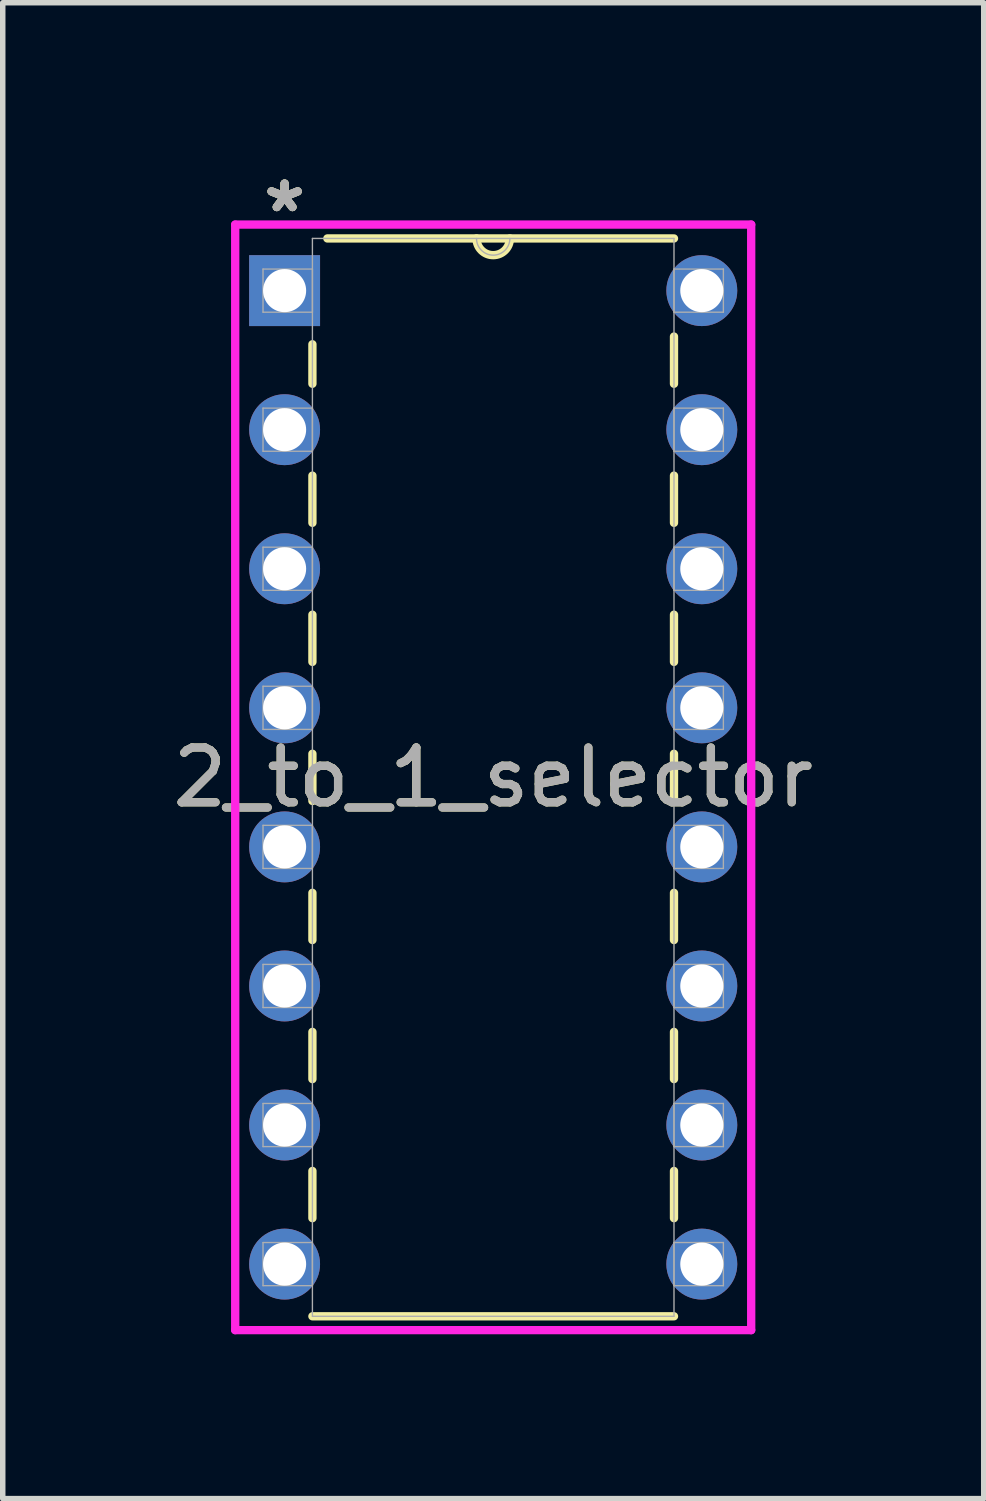
<source format=kicad_pcb>
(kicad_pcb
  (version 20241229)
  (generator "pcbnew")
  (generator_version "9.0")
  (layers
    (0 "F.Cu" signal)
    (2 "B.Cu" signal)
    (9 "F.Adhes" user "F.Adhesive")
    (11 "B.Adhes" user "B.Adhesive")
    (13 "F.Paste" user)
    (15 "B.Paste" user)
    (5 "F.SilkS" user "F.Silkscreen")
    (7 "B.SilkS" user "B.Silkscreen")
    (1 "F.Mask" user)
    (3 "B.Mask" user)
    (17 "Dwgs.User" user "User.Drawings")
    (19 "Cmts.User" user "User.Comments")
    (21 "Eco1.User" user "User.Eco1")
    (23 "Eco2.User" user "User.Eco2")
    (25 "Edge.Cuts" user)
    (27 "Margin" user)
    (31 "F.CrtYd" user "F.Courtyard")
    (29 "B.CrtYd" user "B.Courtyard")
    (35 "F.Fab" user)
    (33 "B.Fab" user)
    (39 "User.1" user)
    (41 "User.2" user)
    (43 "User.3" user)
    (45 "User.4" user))
  (footprint "2_to_1_selector"
    (layer "F.Cu")
    (at 9.768 20.038)
    (property "Reference" "2_to_1_selector" (at -3.81 -8.89 0) (unlocked yes) (layer "F.SilkS") (effects (font (size 1 1) (thickness 0.15))))
    (attr through_hole)
    (fp_line (start -7.112 -16.8) (end -7.112 -16.079) (stroke (width 0.152) (type solid)) (layer "F.SilkS"))
    (fp_line (start -7.112 -14.401) (end -7.112 -13.539) (stroke (width 0.152) (type solid)) (layer "F.SilkS"))
    (fp_line (start -7.112 -11.861) (end -7.112 -10.999) (stroke (width 0.152) (type solid)) (layer "F.SilkS"))
    (fp_line (start -7.112 -9.321) (end -7.112 -8.459) (stroke (width 0.152) (type solid)) (layer "F.SilkS"))
    (fp_line (start -7.112 -6.781) (end -7.112 -5.919) (stroke (width 0.152) (type solid)) (layer "F.SilkS"))
    (fp_line (start -7.112 -4.241) (end -7.112 -3.379) (stroke (width 0.152) (type solid)) (layer "F.SilkS"))
    (fp_line (start -7.112 -1.701) (end -7.112 -0.839) (stroke (width 0.152) (type solid)) (layer "F.SilkS"))
    (fp_line (start -7.112 0.953) (end -0.508 0.953) (stroke (width 0.152) (type solid)) (layer "F.SilkS"))
    (fp_line (start -0.508 -18.733) (end -6.839 -18.733) (stroke (width 0.152) (type solid)) (layer "F.SilkS"))
    (fp_line (start -0.508 -16.079) (end -0.508 -16.941) (stroke (width 0.152) (type solid)) (layer "F.SilkS"))
    (fp_line (start -0.508 -13.539) (end -0.508 -14.401) (stroke (width 0.152) (type solid)) (layer "F.SilkS"))
    (fp_line (start -0.508 -10.999) (end -0.508 -11.861) (stroke (width 0.152) (type solid)) (layer "F.SilkS"))
    (fp_line (start -0.508 -8.459) (end -0.508 -9.321) (stroke (width 0.152) (type solid)) (layer "F.SilkS"))
    (fp_line (start -0.508 -5.919) (end -0.508 -6.781) (stroke (width 0.152) (type solid)) (layer "F.SilkS"))
    (fp_line (start -0.508 -3.379) (end -0.508 -4.241) (stroke (width 0.152) (type solid)) (layer "F.SilkS"))
    (fp_line (start -0.508 -0.839) (end -0.508 -1.701) (stroke (width 0.152) (type solid)) (layer "F.SilkS"))
    (fp_arc (start -3.5052 -18.7325) (mid -3.81 -18.4277) (end -4.1148 -18.7325) (stroke (width 0.1524) (type solid)) (layer "F.SilkS"))
    (fp_line (start -8.522 -18.986) (end -8.522 1.206) (stroke (width 0.152) (type solid)) (layer "F.CrtYd"))
    (fp_line (start -8.522 1.206) (end 0.902 1.206) (stroke (width 0.152) (type solid)) (layer "F.CrtYd"))
    (fp_line (start 0.902 -18.986) (end -8.522 -18.986) (stroke (width 0.152) (type solid)) (layer "F.CrtYd"))
    (fp_line (start 0.902 1.206) (end 0.902 -18.986) (stroke (width 0.152) (type solid)) (layer "F.CrtYd"))
    (fp_line (start -8.014 -18.174) (end -8.014 -17.386) (stroke (width 0.025) (type solid)) (layer "F.Fab"))
    (fp_line (start -8.014 -17.386) (end -7.112 -17.386) (stroke (width 0.025) (type solid)) (layer "F.Fab"))
    (fp_line (start -8.014 -15.634) (end -8.014 -14.846) (stroke (width 0.025) (type solid)) (layer "F.Fab"))
    (fp_line (start -8.014 -14.846) (end -7.112 -14.846) (stroke (width 0.025) (type solid)) (layer "F.Fab"))
    (fp_line (start -8.014 -13.094) (end -8.014 -12.306) (stroke (width 0.025) (type solid)) (layer "F.Fab"))
    (fp_line (start -8.014 -12.306) (end -7.112 -12.306) (stroke (width 0.025) (type solid)) (layer "F.Fab"))
    (fp_line (start -8.014 -10.554) (end -8.014 -9.766) (stroke (width 0.025) (type solid)) (layer "F.Fab"))
    (fp_line (start -8.014 -9.766) (end -7.112 -9.766) (stroke (width 0.025) (type solid)) (layer "F.Fab"))
    (fp_line (start -8.014 -8.014) (end -8.014 -7.226) (stroke (width 0.025) (type solid)) (layer "F.Fab"))
    (fp_line (start -8.014 -7.226) (end -7.112 -7.226) (stroke (width 0.025) (type solid)) (layer "F.Fab"))
    (fp_line (start -8.014 -5.474) (end -8.014 -4.686) (stroke (width 0.025) (type solid)) (layer "F.Fab"))
    (fp_line (start -8.014 -4.686) (end -7.112 -4.686) (stroke (width 0.025) (type solid)) (layer "F.Fab"))
    (fp_line (start -8.014 -2.934) (end -8.014 -2.146) (stroke (width 0.025) (type solid)) (layer "F.Fab"))
    (fp_line (start -8.014 -2.146) (end -7.112 -2.146) (stroke (width 0.025) (type solid)) (layer "F.Fab"))
    (fp_line (start -8.014 -0.394) (end -8.014 0.394) (stroke (width 0.025) (type solid)) (layer "F.Fab"))
    (fp_line (start -8.014 0.394) (end -7.112 0.394) (stroke (width 0.025) (type solid)) (layer "F.Fab"))
    (fp_line (start -7.112 -18.733) (end -7.112 0.953) (stroke (width 0.025) (type solid)) (layer "F.Fab"))
    (fp_line (start -7.112 -18.174) (end -8.014 -18.174) (stroke (width 0.025) (type solid)) (layer "F.Fab"))
    (fp_line (start -7.112 -17.386) (end -7.112 -18.174) (stroke (width 0.025) (type solid)) (layer "F.Fab"))
    (fp_line (start -7.112 -15.634) (end -8.014 -15.634) (stroke (width 0.025) (type solid)) (layer "F.Fab"))
    (fp_line (start -7.112 -14.846) (end -7.112 -15.634) (stroke (width 0.025) (type solid)) (layer "F.Fab"))
    (fp_line (start -7.112 -13.094) (end -8.014 -13.094) (stroke (width 0.025) (type solid)) (layer "F.Fab"))
    (fp_line (start -7.112 -12.306) (end -7.112 -13.094) (stroke (width 0.025) (type solid)) (layer "F.Fab"))
    (fp_line (start -7.112 -10.554) (end -8.014 -10.554) (stroke (width 0.025) (type solid)) (layer "F.Fab"))
    (fp_line (start -7.112 -9.766) (end -7.112 -10.554) (stroke (width 0.025) (type solid)) (layer "F.Fab"))
    (fp_line (start -7.112 -8.014) (end -8.014 -8.014) (stroke (width 0.025) (type solid)) (layer "F.Fab"))
    (fp_line (start -7.112 -7.226) (end -7.112 -8.014) (stroke (width 0.025) (type solid)) (layer "F.Fab"))
    (fp_line (start -7.112 -5.474) (end -8.014 -5.474) (stroke (width 0.025) (type solid)) (layer "F.Fab"))
    (fp_line (start -7.112 -4.686) (end -7.112 -5.474) (stroke (width 0.025) (type solid)) (layer "F.Fab"))
    (fp_line (start -7.112 -2.934) (end -8.014 -2.934) (stroke (width 0.025) (type solid)) (layer "F.Fab"))
    (fp_line (start -7.112 -2.146) (end -7.112 -2.934) (stroke (width 0.025) (type solid)) (layer "F.Fab"))
    (fp_line (start -7.112 -0.394) (end -8.014 -0.394) (stroke (width 0.025) (type solid)) (layer "F.Fab"))
    (fp_line (start -7.112 0.394) (end -7.112 -0.394) (stroke (width 0.025) (type solid)) (layer "F.Fab"))
    (fp_line (start -7.112 0.953) (end -0.508 0.953) (stroke (width 0.025) (type solid)) (layer "F.Fab"))
    (fp_line (start -0.508 -18.733) (end -7.112 -18.733) (stroke (width 0.025) (type solid)) (layer "F.Fab"))
    (fp_line (start -0.508 -18.174) (end -0.508 -17.386) (stroke (width 0.025) (type solid)) (layer "F.Fab"))
    (fp_line (start -0.508 -17.386) (end 0.394 -17.386) (stroke (width 0.025) (type solid)) (layer "F.Fab"))
    (fp_line (start -0.508 -15.634) (end -0.508 -14.846) (stroke (width 0.025) (type solid)) (layer "F.Fab"))
    (fp_line (start -0.508 -14.846) (end 0.394 -14.846) (stroke (width 0.025) (type solid)) (layer "F.Fab"))
    (fp_line (start -0.508 -13.094) (end -0.508 -12.306) (stroke (width 0.025) (type solid)) (layer "F.Fab"))
    (fp_line (start -0.508 -12.306) (end 0.394 -12.306) (stroke (width 0.025) (type solid)) (layer "F.Fab"))
    (fp_line (start -0.508 -10.554) (end -0.508 -9.766) (stroke (width 0.025) (type solid)) (layer "F.Fab"))
    (fp_line (start -0.508 -9.766) (end 0.394 -9.766) (stroke (width 0.025) (type solid)) (layer "F.Fab"))
    (fp_line (start -0.508 -8.014) (end -0.508 -7.226) (stroke (width 0.025) (type solid)) (layer "F.Fab"))
    (fp_line (start -0.508 -7.226) (end 0.394 -7.226) (stroke (width 0.025) (type solid)) (layer "F.Fab"))
    (fp_line (start -0.508 -5.474) (end -0.508 -4.686) (stroke (width 0.025) (type solid)) (layer "F.Fab"))
    (fp_line (start -0.508 -4.686) (end 0.394 -4.686) (stroke (width 0.025) (type solid)) (layer "F.Fab"))
    (fp_line (start -0.508 -2.934) (end -0.508 -2.146) (stroke (width 0.025) (type solid)) (layer "F.Fab"))
    (fp_line (start -0.508 -2.146) (end 0.394 -2.146) (stroke (width 0.025) (type solid)) (layer "F.Fab"))
    (fp_line (start -0.508 -0.394) (end -0.508 0.394) (stroke (width 0.025) (type solid)) (layer "F.Fab"))
    (fp_line (start -0.508 0.394) (end 0.394 0.394) (stroke (width 0.025) (type solid)) (layer "F.Fab"))
    (fp_line (start -0.508 0.953) (end -0.508 -18.733) (stroke (width 0.025) (type solid)) (layer "F.Fab"))
    (fp_line (start 0.394 -18.174) (end -0.508 -18.174) (stroke (width 0.025) (type solid)) (layer "F.Fab"))
    (fp_line (start 0.394 -17.386) (end 0.394 -18.174) (stroke (width 0.025) (type solid)) (layer "F.Fab"))
    (fp_line (start 0.394 -15.634) (end -0.508 -15.634) (stroke (width 0.025) (type solid)) (layer "F.Fab"))
    (fp_line (start 0.394 -14.846) (end 0.394 -15.634) (stroke (width 0.025) (type solid)) (layer "F.Fab"))
    (fp_line (start 0.394 -13.094) (end -0.508 -13.094) (stroke (width 0.025) (type solid)) (layer "F.Fab"))
    (fp_line (start 0.394 -12.306) (end 0.394 -13.094) (stroke (width 0.025) (type solid)) (layer "F.Fab"))
    (fp_line (start 0.394 -10.554) (end -0.508 -10.554) (stroke (width 0.025) (type solid)) (layer "F.Fab"))
    (fp_line (start 0.394 -9.766) (end 0.394 -10.554) (stroke (width 0.025) (type solid)) (layer "F.Fab"))
    (fp_line (start 0.394 -8.014) (end -0.508 -8.014) (stroke (width 0.025) (type solid)) (layer "F.Fab"))
    (fp_line (start 0.394 -7.226) (end 0.394 -8.014) (stroke (width 0.025) (type solid)) (layer "F.Fab"))
    (fp_line (start 0.394 -5.474) (end -0.508 -5.474) (stroke (width 0.025) (type solid)) (layer "F.Fab"))
    (fp_line (start 0.394 -4.686) (end 0.394 -5.474) (stroke (width 0.025) (type solid)) (layer "F.Fab"))
    (fp_line (start 0.394 -2.934) (end -0.508 -2.934) (stroke (width 0.025) (type solid)) (layer "F.Fab"))
    (fp_line (start 0.394 -2.146) (end 0.394 -2.934) (stroke (width 0.025) (type solid)) (layer "F.Fab"))
    (fp_line (start 0.394 -0.394) (end -0.508 -0.394) (stroke (width 0.025) (type solid)) (layer "F.Fab"))
    (fp_line (start 0.394 0.394) (end 0.394 -0.394) (stroke (width 0.025) (type solid)) (layer "F.Fab"))
    (fp_arc (start -3.5052 -18.7325) (mid -3.81 -18.4277) (end -4.1148 -18.7325) (stroke (width 0.0254) (type solid)) (layer "F.Fab"))
    (fp_text user "*" (at -7.62 -19.19 0) (unlocked yes) (layer "F.SilkS") (effects (font (size 1 1) (thickness 0.15))))
    (fp_text user "*" (at -7.62 -19.19 0) (layer "F.SilkS") (effects (font (size 1 1) (thickness 0.15))))
    (fp_text user "${REFERENCE}" (at -3.81 -8.89 0) (unlocked yes) (layer "F.Fab") (effects (font (size 1 1) (thickness 0.15))))
    (fp_text user "*" (at -7.62 -19.19 0) (unlocked yes) (layer "F.Fab") (effects (font (size 1 1) (thickness 0.15))))
    (fp_text user "*" (at -7.62 -19.19 0) (layer "F.Fab") (effects (font (size 1 1) (thickness 0.15))))
    (pad "1" thru_hole rect (at -7.62 -17.78) (size 1.295 1.295) (drill 0.787) (layers "*.Cu" "*.Mask"))
    (pad "2" thru_hole circle (at -7.62 -15.24) (size 1.295 1.295) (drill 0.787) (layers "*.Cu" "*.Mask"))
    (pad "3" thru_hole circle (at -7.62 -12.7) (size 1.295 1.295) (drill 0.787) (layers "*.Cu" "*.Mask"))
    (pad "4" thru_hole circle (at -7.62 -10.16) (size 1.295 1.295) (drill 0.787) (layers "*.Cu" "*.Mask"))
    (pad "5" thru_hole circle (at -7.62 -7.62) (size 1.295 1.295) (drill 0.787) (layers "*.Cu" "*.Mask"))
    (pad "6" thru_hole circle (at -7.62 -5.08) (size 1.295 1.295) (drill 0.787) (layers "*.Cu" "*.Mask"))
    (pad "7" thru_hole circle (at -7.62 -2.54) (size 1.295 1.295) (drill 0.787) (layers "*.Cu" "*.Mask"))
    (pad "8" thru_hole circle (at -7.62 0) (size 1.295 1.295) (drill 0.787) (layers "*.Cu" "*.Mask"))
    (pad "9" thru_hole circle (at 0 0) (size 1.295 1.295) (drill 0.787) (layers "*.Cu" "*.Mask"))
    (pad "10" thru_hole circle (at 0 -2.54) (size 1.295 1.295) (drill 0.787) (layers "*.Cu" "*.Mask"))
    (pad "11" thru_hole circle (at 0 -5.08) (size 1.295 1.295) (drill 0.787) (layers "*.Cu" "*.Mask"))
    (pad "12" thru_hole circle (at 0 -7.62) (size 1.295 1.295) (drill 0.787) (layers "*.Cu" "*.Mask"))
    (pad "13" thru_hole circle (at 0 -10.16) (size 1.295 1.295) (drill 0.787) (layers "*.Cu" "*.Mask"))
    (pad "14" thru_hole circle (at 0 -12.7) (size 1.295 1.295) (drill 0.787) (layers "*.Cu" "*.Mask"))
    (pad "15" thru_hole circle (at 0 -15.24) (size 1.295 1.295) (drill 0.787) (layers "*.Cu" "*.Mask"))
    (pad "16" thru_hole circle (at 0 -17.78) (size 1.295 1.295) (drill 0.787) (layers "*.Cu" "*.Mask")))
  (gr_rect
    (start -3 -3)
    (end 14.917 24.321)
    (stroke (width 0.1) (type default))
    (fill no)
    (layer "Edge.Cuts")))
</source>
